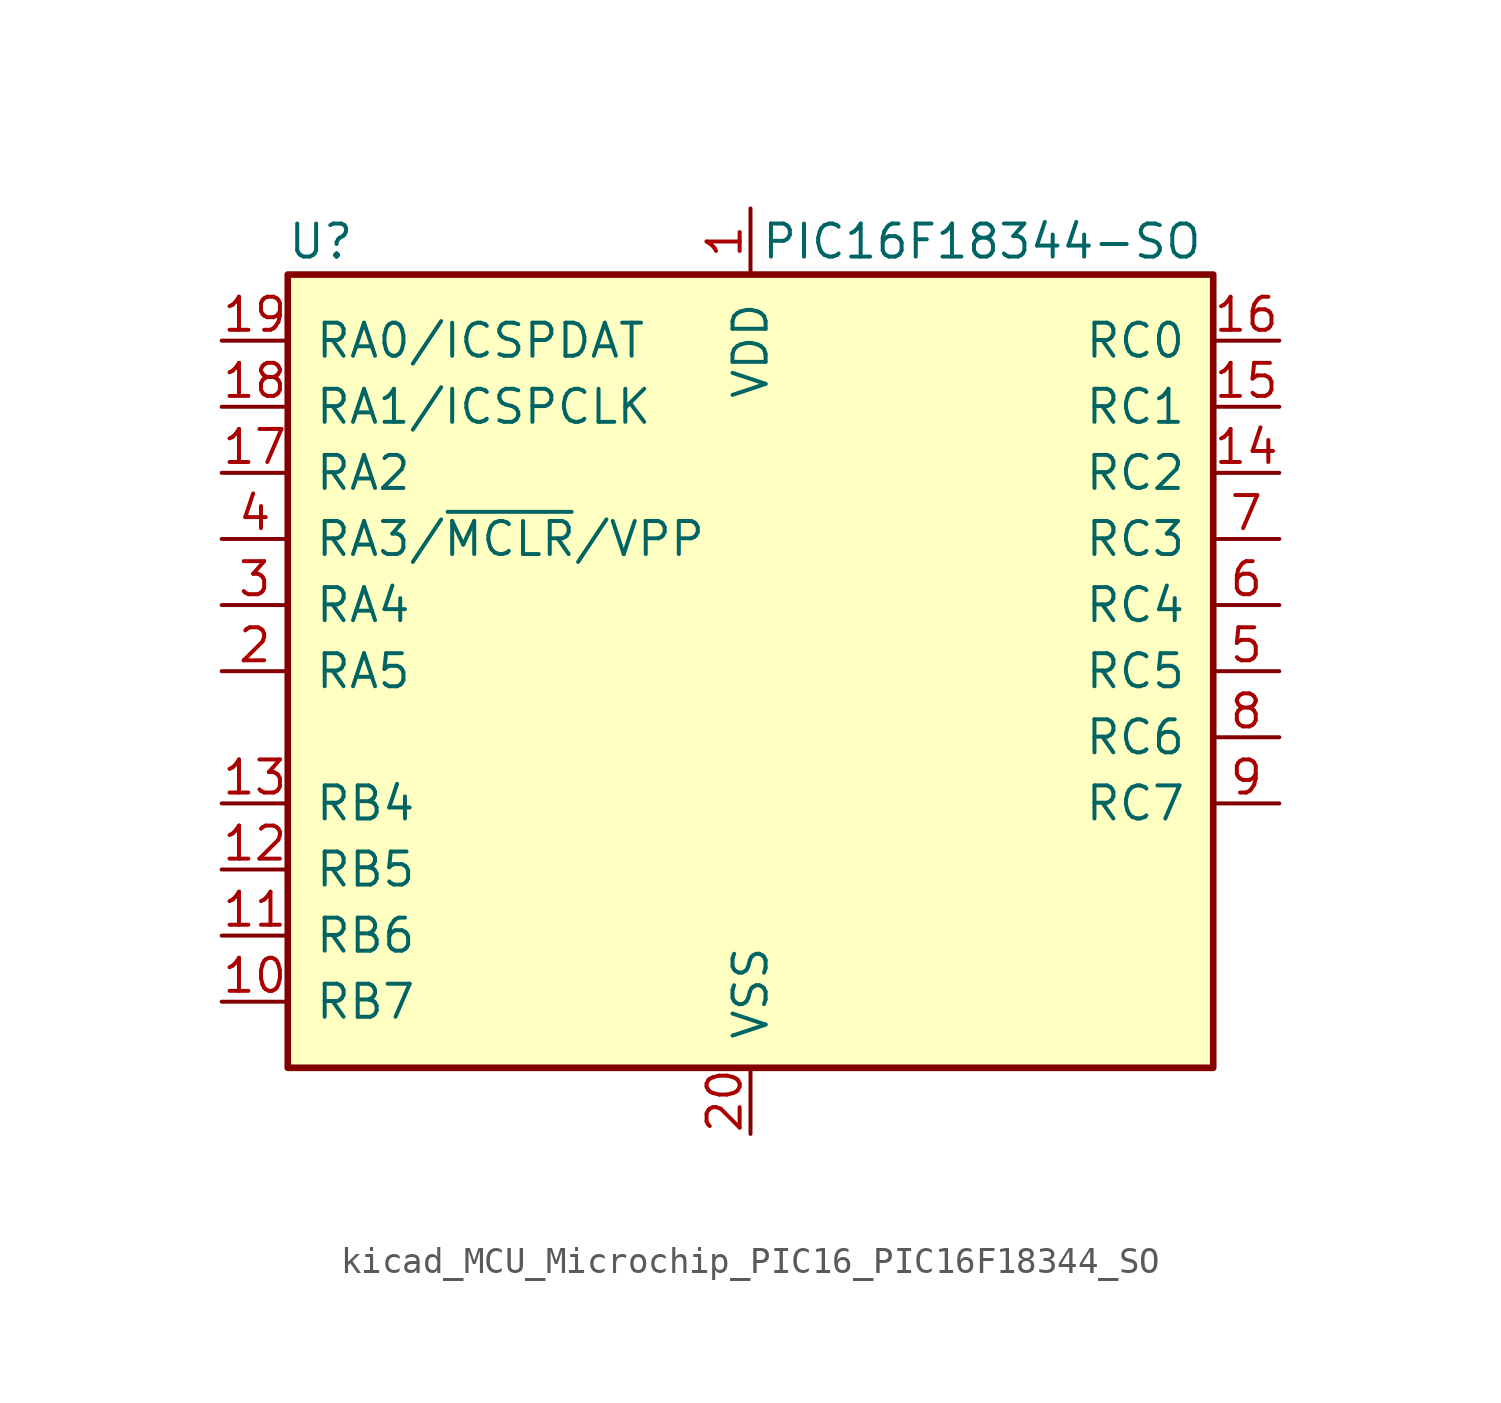
<source format=kicad_sym>
(kicad_symbol_lib
  (version 20220914)
  (generator kicad_symbol_editor)
  (symbol "kicad_MCU_Microchip_PIC16_PIC16F18344_SO"
    (pin_names
      (offset 1.016))
    (property "Reference" "U"
      (at -16.51 16.51 0)
      (effects (font (size 1.27 1.27))))
    (property "Value" "PIC16F18344-SO"
      (at 8.89 16.51 0)
      (effects (font (size 1.27 1.27))))
    (symbol "kicad_MCU_Microchip_PIC16_PIC16F18344_SO_0_1"
      (rectangle (start -17.78 15.24) (end 17.78 -15.24) (stroke (width 0.254) (type default)) (fill (type background))))
    (symbol "kicad_MCU_Microchip_PIC16_PIC16F18344_SO_1_1"
      (pin power_in line (at 0 17.78 270) (length 2.54) (name "VDD" (effects (font (size 1.27 1.27)))) (number "1" (effects (font (size 1.27 1.27)))))
      (pin bidirectional line (at -20.32 -12.7 0) (length 2.54) (name "RB7" (effects (font (size 1.27 1.27)))) (number "10" (effects (font (size 1.27 1.27)))))
      (pin bidirectional line (at -20.32 -10.16 0) (length 2.54) (name "RB6" (effects (font (size 1.27 1.27)))) (number "11" (effects (font (size 1.27 1.27)))))
      (pin bidirectional line (at -20.32 -7.62 0) (length 2.54) (name "RB5" (effects (font (size 1.27 1.27)))) (number "12" (effects (font (size 1.27 1.27)))))
      (pin bidirectional line (at -20.32 -5.08 0) (length 2.54) (name "RB4" (effects (font (size 1.27 1.27)))) (number "13" (effects (font (size 1.27 1.27)))))
      (pin bidirectional line (at 20.32 7.62 180) (length 2.54) (name "RC2" (effects (font (size 1.27 1.27)))) (number "14" (effects (font (size 1.27 1.27)))))
      (pin bidirectional line (at 20.32 10.16 180) (length 2.54) (name "RC1" (effects (font (size 1.27 1.27)))) (number "15" (effects (font (size 1.27 1.27)))))
      (pin bidirectional line (at 20.32 12.7 180) (length 2.54) (name "RC0" (effects (font (size 1.27 1.27)))) (number "16" (effects (font (size 1.27 1.27)))))
      (pin bidirectional line (at -20.32 7.62 0) (length 2.54) (name "RA2" (effects (font (size 1.27 1.27)))) (number "17" (effects (font (size 1.27 1.27)))))
      (pin bidirectional line (at -20.32 10.16 0) (length 2.54) (name "RA1/ICSPCLK" (effects (font (size 1.27 1.27)))) (number "18" (effects (font (size 1.27 1.27)))))
      (pin bidirectional line (at -20.32 12.7 0) (length 2.54) (name "RA0/ICSPDAT" (effects (font (size 1.27 1.27)))) (number "19" (effects (font (size 1.27 1.27)))))
      (pin bidirectional line (at -20.32 0 0) (length 2.54) (name "RA5" (effects (font (size 1.27 1.27)))) (number "2" (effects (font (size 1.27 1.27)))))
      (pin power_in line (at 0 -17.78 90) (length 2.54) (name "VSS" (effects (font (size 1.27 1.27)))) (number "20" (effects (font (size 1.27 1.27)))))
      (pin bidirectional line (at -20.32 2.54 0) (length 2.54) (name "RA4" (effects (font (size 1.27 1.27)))) (number "3" (effects (font (size 1.27 1.27)))))
      (pin bidirectional line (at -20.32 5.08 0) (length 2.54) (name "RA3/~{MCLR}/VPP" (effects (font (size 1.27 1.27)))) (number "4" (effects (font (size 1.27 1.27)))))
      (pin bidirectional line (at 20.32 0 180) (length 2.54) (name "RC5" (effects (font (size 1.27 1.27)))) (number "5" (effects (font (size 1.27 1.27)))))
      (pin bidirectional line (at 20.32 2.54 180) (length 2.54) (name "RC4" (effects (font (size 1.27 1.27)))) (number "6" (effects (font (size 1.27 1.27)))))
      (pin bidirectional line (at 20.32 5.08 180) (length 2.54) (name "RC3" (effects (font (size 1.27 1.27)))) (number "7" (effects (font (size 1.27 1.27)))))
      (pin bidirectional line (at 20.32 -2.54 180) (length 2.54) (name "RC6" (effects (font (size 1.27 1.27)))) (number "8" (effects (font (size 1.27 1.27)))))
      (pin bidirectional line (at 20.32 -5.08 180) (length 2.54) (name "RC7" (effects (font (size 1.27 1.27)))) (number "9" (effects (font (size 1.27 1.27))))))))
</source>
